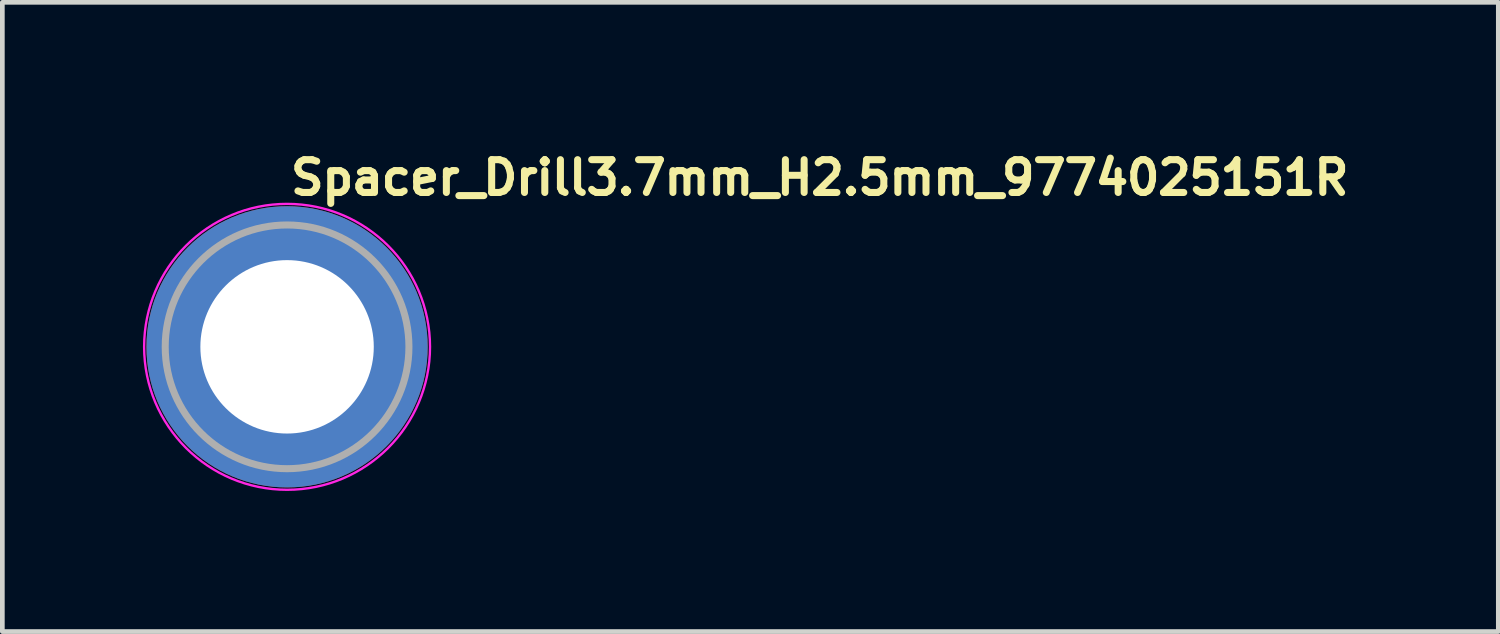
<source format=kicad_pcb>
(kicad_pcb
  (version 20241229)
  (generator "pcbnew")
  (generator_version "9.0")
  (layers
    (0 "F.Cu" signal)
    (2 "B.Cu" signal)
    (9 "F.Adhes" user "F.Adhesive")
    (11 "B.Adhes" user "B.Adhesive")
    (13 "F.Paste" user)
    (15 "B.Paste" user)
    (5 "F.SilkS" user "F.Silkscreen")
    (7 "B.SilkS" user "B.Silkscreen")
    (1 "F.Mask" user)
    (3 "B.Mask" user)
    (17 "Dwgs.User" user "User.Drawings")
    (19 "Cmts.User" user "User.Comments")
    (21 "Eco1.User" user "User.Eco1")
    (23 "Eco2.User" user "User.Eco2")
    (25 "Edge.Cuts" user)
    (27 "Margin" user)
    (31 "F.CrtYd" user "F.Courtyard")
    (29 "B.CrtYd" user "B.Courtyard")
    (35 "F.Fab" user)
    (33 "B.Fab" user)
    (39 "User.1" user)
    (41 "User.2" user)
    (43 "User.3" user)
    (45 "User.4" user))
  (footprint "Spacer_Drill3.7mm_H2.5mm_9774025151R"
    (layer "F.Cu")
    (at 3.075 4.35)
    (property "Reference" "Spacer_Drill3.7mm_H2.5mm_9774025151R" (at 0 -3.2 0) (layer "F.SilkS") (effects (font (size 0.7 0.7) (thickness 0.15)) (justify left bottom)))
    (attr smd)
    (fp_circle (center 0 0) (end 3.05 0) (stroke (width 0.05) (type solid)) (fill no) (layer "F.CrtYd"))
    (fp_circle (center 0 0) (end 2.6 0) (stroke (width 0.15) (type solid)) (fill no) (layer "F.Fab"))
    (fp_circle (center 0 0) (end 2.6 0) (stroke (width 0.1) (type solid)) (fill no) (layer "User.5"))
    (fp_circle (center 0 0) (end 1 0) (stroke (width 0.02) (type default)) (fill no) (layer "User.9"))
    (fp_circle (center 0 0) (end 2.55 0) (stroke (width 0.02) (type default)) (fill no) (layer "User.9"))
    (pad "" smd custom (at -1.7 -1.7) (size 0.62 0.62) (layers "F.Paste") (options (anchor circle)) (primitives (gr_arc (start -0.250195 1.279127) (mid 0.285453 0.294389) (end 1.266786 -0.24747) (width 0.2)) (gr_arc (start -0.34334 1.279127) (mid 0.218448 0.232561) (end 1.259603 -0.339191) (width 0.2)) (gr_arc (start -0.436309 1.279127) (mid 0.152481 0.169693) (end 1.255279 -0.431435) (width 0.2)) (gr_arc (start -0.529126 1.279127) (mid 0.087542 0.105784) (end 1.253811 -0.524161) (width 0.2)) (gr_arc (start -0.621807 1.279127) (mid 0.0309 0.033527) (end 1.275473 -0.621136) (width 0.2)) (gr_arc (start -0.71437 1.279127) (mid -0.037758 -0.026651) (end 1.263664 -0.711602) (width 0.2)) (gr_arc (start -0.806826 1.279127) (mid -0.105837 -0.087395) (end 1.253435 -0.802342) (width 0.2)) (gr_arc (start -0.899187 1.279127) (mid -0.165236 -0.156885) (end 1.267475 -0.897258) (width 0.2)) (gr_arc (start -0.991463 1.279127) (mid -0.228522 -0.222449) (end 1.270645 -0.990112) (width 0.2)) (gr_arc (start -1.083663 1.279127) (mid -0.294507 -0.285313) (end 1.266278 -1.081674) (width 0.2)) (gr_line (start 1.279 -0.25) (end 1.279 -1.084) (width 0.2)) (gr_line (start -0.25 1.279) (end -1.084 1.279) (width 0.2))))
    (pad "" smd custom (at -1.7 1.7 90) (size 0.62 0.62) (layers "F.Paste") (options (anchor circle)) (primitives (gr_arc (start -0.250195 1.279127) (mid 0.285453 0.294389) (end 1.266786 -0.24747) (width 0.2)) (gr_arc (start -0.34334 1.279127) (mid 0.218448 0.232561) (end 1.259603 -0.339191) (width 0.2)) (gr_arc (start -0.436309 1.279127) (mid 0.152481 0.169693) (end 1.255279 -0.431435) (width 0.2)) (gr_arc (start -0.529126 1.279127) (mid 0.087542 0.105784) (end 1.253811 -0.524161) (width 0.2)) (gr_arc (start -0.621807 1.279127) (mid 0.0309 0.033527) (end 1.275473 -0.621136) (width 0.2)) (gr_arc (start -0.71437 1.279127) (mid -0.037758 -0.026651) (end 1.263664 -0.711602) (width 0.2)) (gr_arc (start -0.806826 1.279127) (mid -0.105837 -0.087395) (end 1.253435 -0.802342) (width 0.2)) (gr_arc (start -0.899187 1.279127) (mid -0.165236 -0.156885) (end 1.267475 -0.897258) (width 0.2)) (gr_arc (start -0.991463 1.279127) (mid -0.228522 -0.222449) (end 1.270645 -0.990112) (width 0.2)) (gr_arc (start -1.083663 1.279127) (mid -0.294507 -0.285313) (end 1.266278 -1.081674) (width 0.2)) (gr_line (start 1.279 -0.25) (end 1.279 -1.084) (width 0.2)) (gr_line (start -0.25 1.279) (end -1.084 1.279) (width 0.2))))
    (pad "" smd custom (at 1.7 -1.7 270) (size 0.62 0.62) (layers "F.Paste") (options (anchor circle)) (primitives (gr_arc (start -0.250195 1.279127) (mid 0.285453 0.294389) (end 1.266786 -0.24747) (width 0.2)) (gr_arc (start -0.34334 1.279127) (mid 0.218448 0.232561) (end 1.259603 -0.339191) (width 0.2)) (gr_arc (start -0.436309 1.279127) (mid 0.152481 0.169693) (end 1.255279 -0.431435) (width 0.2)) (gr_arc (start -0.529126 1.279127) (mid 0.087542 0.105784) (end 1.253811 -0.524161) (width 0.2)) (gr_arc (start -0.621807 1.279127) (mid 0.0309 0.033527) (end 1.275473 -0.621136) (width 0.2)) (gr_arc (start -0.71437 1.279127) (mid -0.037758 -0.026651) (end 1.263664 -0.711602) (width 0.2)) (gr_arc (start -0.806826 1.279127) (mid -0.105837 -0.087395) (end 1.253435 -0.802342) (width 0.2)) (gr_arc (start -0.899187 1.279127) (mid -0.165236 -0.156885) (end 1.267475 -0.897258) (width 0.2)) (gr_arc (start -0.991463 1.279127) (mid -0.228522 -0.222449) (end 1.270645 -0.990112) (width 0.2)) (gr_arc (start -1.083663 1.279127) (mid -0.294507 -0.285313) (end 1.266278 -1.081674) (width 0.2)) (gr_line (start 1.279 -0.25) (end 1.279 -1.084) (width 0.2)) (gr_line (start -0.25 1.279) (end -1.084 1.279) (width 0.2))))
    (pad "" smd custom (at 1.7 1.7 180) (size 0.62 0.62) (layers "F.Paste") (options (anchor circle)) (primitives (gr_arc (start -0.250195 1.279127) (mid 0.285453 0.294389) (end 1.266786 -0.24747) (width 0.2)) (gr_arc (start -0.34334 1.279127) (mid 0.218448 0.232561) (end 1.259603 -0.339191) (width 0.2)) (gr_arc (start -0.436309 1.279127) (mid 0.152481 0.169693) (end 1.255279 -0.431435) (width 0.2)) (gr_arc (start -0.529126 1.279127) (mid 0.087542 0.105784) (end 1.253811 -0.524161) (width 0.2)) (gr_arc (start -0.621807 1.279127) (mid 0.0309 0.033527) (end 1.275473 -0.621136) (width 0.2)) (gr_arc (start -0.71437 1.279127) (mid -0.037758 -0.026651) (end 1.263664 -0.711602) (width 0.2)) (gr_arc (start -0.806826 1.279127) (mid -0.105837 -0.087395) (end 1.253435 -0.802342) (width 0.2)) (gr_arc (start -0.899187 1.279127) (mid -0.165236 -0.156885) (end 1.267475 -0.897258) (width 0.2)) (gr_arc (start -0.991463 1.279127) (mid -0.228522 -0.222449) (end 1.270645 -0.990112) (width 0.2)) (gr_arc (start -1.083663 1.279127) (mid -0.294507 -0.285313) (end 1.266278 -1.081674) (width 0.2)) (gr_line (start 1.279 -0.25) (end 1.279 -1.084) (width 0.2)) (gr_line (start -0.25 1.279) (end -1.084 1.279) (width 0.2))))
    (pad "1" thru_hole circle (at 0 0) (size 6 6) (drill 3.7) (layers "*.Cu" "*.Mask")))
  (gr_rect
    (start -3 -3)
    (end 28.918 10.425)
    (stroke (width 0.1) (type default))
    (fill no)
    (layer "Edge.Cuts")))
</source>
